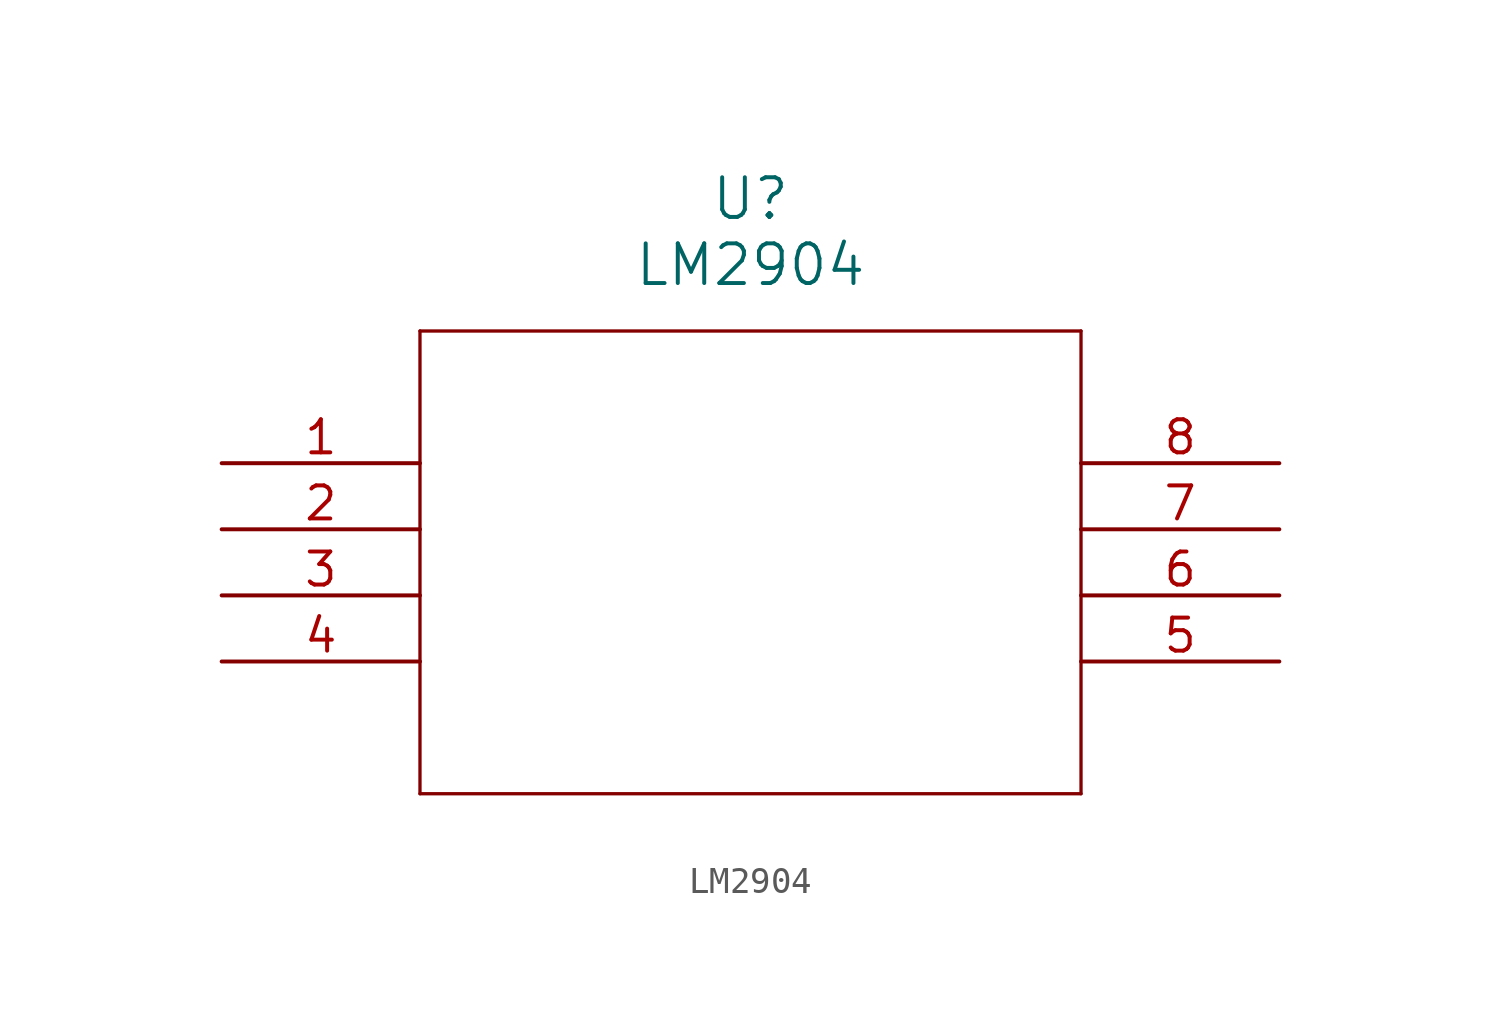
<source format=kicad_sym>
(kicad_symbol_lib
  (version 20211014)
  (generator kicad_symbol_editor)
  (symbol "LM2904"
    (pin_names
      (offset 0.254))
    (property "Reference" "U"
      (at 20.32 10.16 0)
      (effects (font (size 1.524 1.524))))
    (property "Value" "LM2904"
      (at 20.32 7.62 0)
      (effects (font (size 1.524 1.524))))
    (symbol "LM2904_0_1"
      (polyline (pts (xy 7.62 5.08) (xy 7.62 -12.7)) (stroke (width 0.127) (type default) (color 0 0 0 0)) (fill (type none)))
      (polyline (pts (xy 7.62 -12.7) (xy 33.02 -12.7)) (stroke (width 0.127) (type default) (color 0 0 0 0)) (fill (type none)))
      (polyline (pts (xy 33.02 -12.7) (xy 33.02 5.08)) (stroke (width 0.127) (type default) (color 0 0 0 0)) (fill (type none)))
      (polyline (pts (xy 33.02 5.08) (xy 7.62 5.08)) (stroke (width 0.127) (type default) (color 0 0 0 0)) (fill (type none)))
      (pin unspecified line (at 0 0 0) (length 7.62) (name "" (effects (font (size 1.27 1.27)))) (number "1" (effects (font (size 1.27 1.27)))))
      (pin unspecified line (at 0 -2.54 0) (length 7.62) (name "" (effects (font (size 1.27 1.27)))) (number "2" (effects (font (size 1.27 1.27)))))
      (pin unspecified line (at 0 -5.08 0) (length 7.62) (name "" (effects (font (size 1.27 1.27)))) (number "3" (effects (font (size 1.27 1.27)))))
      (pin unspecified line (at 0 -7.62 0) (length 7.62) (name "" (effects (font (size 1.27 1.27)))) (number "4" (effects (font (size 1.27 1.27)))))
      (pin unspecified line (at 40.64 -7.62 180) (length 7.62) (name "" (effects (font (size 1.27 1.27)))) (number "5" (effects (font (size 1.27 1.27)))))
      (pin unspecified line (at 40.64 -5.08 180) (length 7.62) (name "" (effects (font (size 1.27 1.27)))) (number "6" (effects (font (size 1.27 1.27)))))
      (pin unspecified line (at 40.64 -2.54 180) (length 7.62) (name "" (effects (font (size 1.27 1.27)))) (number "7" (effects (font (size 1.27 1.27)))))
      (pin unspecified line (at 40.64 0 180) (length 7.62) (name "" (effects (font (size 1.27 1.27)))) (number "8" (effects (font (size 1.27 1.27))))))))
</source>
